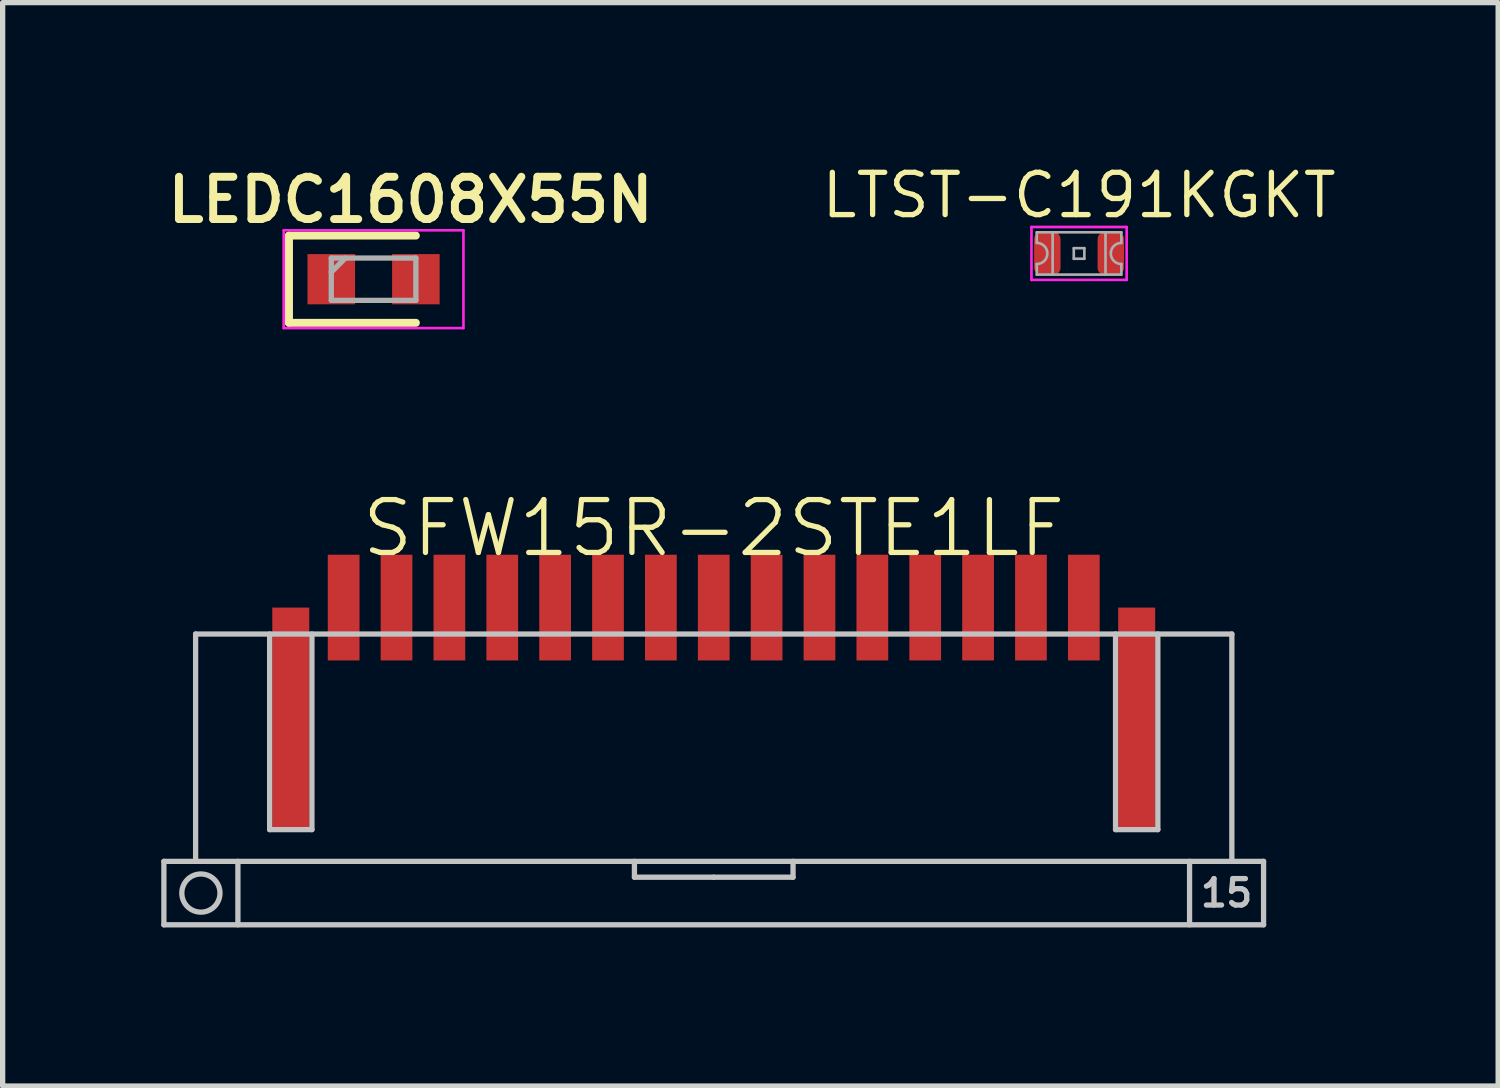
<source format=kicad_pcb>
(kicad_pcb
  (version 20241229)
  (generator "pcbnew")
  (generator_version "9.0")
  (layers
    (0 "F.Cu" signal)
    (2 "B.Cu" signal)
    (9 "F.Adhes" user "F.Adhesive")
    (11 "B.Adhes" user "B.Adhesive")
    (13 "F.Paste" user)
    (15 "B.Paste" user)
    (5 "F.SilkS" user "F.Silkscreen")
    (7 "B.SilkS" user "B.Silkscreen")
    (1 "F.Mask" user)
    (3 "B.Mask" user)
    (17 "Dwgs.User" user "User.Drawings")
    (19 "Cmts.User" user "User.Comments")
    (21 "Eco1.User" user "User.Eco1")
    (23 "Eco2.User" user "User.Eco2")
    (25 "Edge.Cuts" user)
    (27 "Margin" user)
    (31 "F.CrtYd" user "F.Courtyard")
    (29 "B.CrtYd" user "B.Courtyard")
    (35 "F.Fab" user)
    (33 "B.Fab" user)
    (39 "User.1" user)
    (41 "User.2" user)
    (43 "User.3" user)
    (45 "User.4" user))
  (footprint "LTST-C191KGKT"
    (layer "F.Cu")
    (at 17.36 1.744)
    (property "Reference" "LTST-C191KGKT" (at 0 -1.1 0) (unlocked yes) (layer "F.SilkS") (effects (font (size 0.8 0.8) (thickness 0.1))))
    (attr smd)
    (fp_line (start -0.9 -0.5) (end 0.9 -0.5) (stroke (width 0.05) (type default)) (layer "F.CrtYd"))
    (fp_line (start -0.9 0.5) (end -0.9 -0.5) (stroke (width 0.05) (type default)) (layer "F.CrtYd"))
    (fp_line (start 0.9 -0.5) (end 0.9 0.5) (stroke (width 0.05) (type default)) (layer "F.CrtYd"))
    (fp_line (start 0.9 0.5) (end -0.9 0.5) (stroke (width 0.05) (type default)) (layer "F.CrtYd"))
    (fp_line (start -0.8 -0.4) (end 0.8 -0.4) (stroke (width 0.05) (type default)) (layer "F.Fab"))
    (fp_line (start -0.8 -0.2) (end -0.8 -0.4) (stroke (width 0.05) (type default)) (layer "F.Fab"))
    (fp_line (start -0.8 0.4) (end -0.8 0.2) (stroke (width 0.05) (type default)) (layer "F.Fab"))
    (fp_line (start -0.5 -0.4) (end -0.5 0.4) (stroke (width 0.05) (type default)) (layer "F.Fab"))
    (fp_line (start -0.1 -0.1) (end 0.1 -0.1) (stroke (width 0.05) (type default)) (layer "F.Fab"))
    (fp_line (start -0.1 0.1) (end -0.1 -0.1) (stroke (width 0.05) (type default)) (layer "F.Fab"))
    (fp_line (start 0.1 -0.1) (end 0.1 0.1) (stroke (width 0.05) (type default)) (layer "F.Fab"))
    (fp_line (start 0.1 0.1) (end -0.1 0.1) (stroke (width 0.05) (type default)) (layer "F.Fab"))
    (fp_line (start 0.5 -0.4) (end 0.5 0.4) (stroke (width 0.05) (type default)) (layer "F.Fab"))
    (fp_line (start 0.8 -0.4) (end 0.8 -0.2) (stroke (width 0.05) (type default)) (layer "F.Fab"))
    (fp_line (start 0.8 0.2) (end 0.8 0.4) (stroke (width 0.05) (type default)) (layer "F.Fab"))
    (fp_line (start 0.8 0.4) (end -0.8 0.4) (stroke (width 0.05) (type default)) (layer "F.Fab"))
    (fp_arc (start -0.8 -0.2) (mid -0.6 0) (end -0.8 0.2) (stroke (width 0.05) (type default)) (layer "F.Fab"))
    (fp_arc (start 0.8 0.2) (mid 0.6 0) (end 0.8 -0.2) (stroke (width 0.05) (type default)) (layer "F.Fab"))
    (pad "1" smd roundrect (at -0.6 0 90) (size 0.8 0.5) (layers "F.Cu" "F.Mask" "F.Paste") (roundrect_rratio 0.25))
    (pad "2" smd roundrect (at 0.6 0 90) (size 0.8 0.5) (layers "F.Cu" "F.Mask" "F.Paste") (roundrect_rratio 0.25)))
  (footprint "LEDC1608X55N"
    (layer "F.Cu")
    (at 4.016 2.231)
    (property "Reference" "LEDC1608X55N" (at 0.7 -1.5 0) (layer "F.SilkS") (effects (font (size 0.8 0.8) (thickness 0.15) (bold yes))))
    (attr smd)
    (fp_line (start -1.6 -0.825) (end -1.6 0.825) (stroke (width 0.15) (type solid)) (layer "F.SilkS"))
    (fp_line (start -1.6 0.825) (end 0.8 0.825) (stroke (width 0.15) (type solid)) (layer "F.SilkS"))
    (fp_line (start 0.8 -0.825) (end -1.6 -0.825) (stroke (width 0.15) (type solid)) (layer "F.SilkS"))
    (fp_line (start -1.7 -0.925) (end 1.7 -0.925) (stroke (width 0.05) (type solid)) (layer "F.CrtYd"))
    (fp_line (start -1.7 0.925) (end -1.7 -0.925) (stroke (width 0.05) (type solid)) (layer "F.CrtYd"))
    (fp_line (start 1.7 -0.925) (end 1.7 0.925) (stroke (width 0.05) (type solid)) (layer "F.CrtYd"))
    (fp_line (start 1.7 0.925) (end -1.7 0.925) (stroke (width 0.05) (type solid)) (layer "F.CrtYd"))
    (fp_line (start -0.8 -0.4) (end 0.8 -0.4) (stroke (width 0.1) (type solid)) (layer "F.Fab"))
    (fp_line (start -0.8 -0.133) (end -0.533 -0.4) (stroke (width 0.1) (type solid)) (layer "F.Fab"))
    (fp_line (start -0.8 0.4) (end -0.8 -0.4) (stroke (width 0.1) (type solid)) (layer "F.Fab"))
    (fp_line (start 0.8 -0.4) (end 0.8 0.4) (stroke (width 0.1) (type solid)) (layer "F.Fab"))
    (fp_line (start 0.8 0.4) (end -0.8 0.4) (stroke (width 0.1) (type solid)) (layer "F.Fab"))
    (pad "1" smd rect (at -0.8 0) (size 0.9 0.95) (layers "F.Cu" "F.Mask" "F.Paste"))
    (pad "2" smd rect (at 0.8 0) (size 0.9 0.95) (layers "F.Cu" "F.Mask" "F.Paste")))
  (footprint "SFW15R-2STE1LF"
    (layer "F.Cu")
    (at 10.45 8.942)
    (property "Reference" "SFW15R-2STE1LF" (at 0 -2 0) (unlocked yes) (layer "F.SilkS") (effects (font (size 1 1) (thickness 0.1))))
    (attr smd)
    (fp_line (start -10.4 4.3) (end 10.4 4.3) (stroke (width 0.1) (type default)) (layer "Dwgs.User"))
    (fp_line (start -10.4 5.5) (end -10.4 4.3) (stroke (width 0.1) (type default)) (layer "Dwgs.User"))
    (fp_line (start -9.8 0) (end -9.8 4.3) (stroke (width 0.1) (type default)) (layer "Dwgs.User"))
    (fp_line (start -9.8 0) (end 9.8 0) (stroke (width 0.1) (type default)) (layer "Dwgs.User"))
    (fp_line (start -9 4.3) (end -9 5.5) (stroke (width 0.1) (type default)) (layer "Dwgs.User"))
    (fp_line (start -8.4 3.7) (end -8.4 0) (stroke (width 0.1) (type default)) (layer "Dwgs.User"))
    (fp_line (start -7.6 0) (end -7.6 3.7) (stroke (width 0.1) (type default)) (layer "Dwgs.User"))
    (fp_line (start -7.6 3.7) (end -8.4 3.7) (stroke (width 0.1) (type default)) (layer "Dwgs.User"))
    (fp_line (start -1.5 4.6) (end -1.5 4.3) (stroke (width 0.1) (type default)) (layer "Dwgs.User"))
    (fp_line (start 0 4.6) (end -1.5 4.6) (stroke (width 0.1) (type default)) (layer "Dwgs.User"))
    (fp_line (start 0 4.6) (end 1.5 4.6) (stroke (width 0.1) (type default)) (layer "Dwgs.User"))
    (fp_line (start 1.5 4.6) (end 1.5 4.3) (stroke (width 0.1) (type default)) (layer "Dwgs.User"))
    (fp_line (start 7.6 0) (end 7.6 3.7) (stroke (width 0.1) (type default)) (layer "Dwgs.User"))
    (fp_line (start 7.6 3.7) (end 8.4 3.7) (stroke (width 0.1) (type default)) (layer "Dwgs.User"))
    (fp_line (start 8.4 3.7) (end 8.4 0) (stroke (width 0.1) (type default)) (layer "Dwgs.User"))
    (fp_line (start 9 4.3) (end 9 5.5) (stroke (width 0.1) (type default)) (layer "Dwgs.User"))
    (fp_line (start 9.8 4.3) (end 9.8 0) (stroke (width 0.1) (type default)) (layer "Dwgs.User"))
    (fp_line (start 10.4 4.3) (end 10.4 5.5) (stroke (width 0.1) (type default)) (layer "Dwgs.User"))
    (fp_line (start 10.4 5.5) (end -10.4 5.5) (stroke (width 0.1) (type default)) (layer "Dwgs.User"))
    (fp_circle (center -9.7 4.9) (end -9.339 4.9) (stroke (width 0.1) (type solid)) (fill no) (layer "Dwgs.User"))
    (fp_text user "15" (at 9.7 4.9 0) (unlocked yes) (layer "Dwgs.User") (effects (font (size 0.5 0.5) (thickness 0.1) (bold yes))))
    (pad "1" smd rect (at -7 -0.5 90) (size 2 0.6) (layers "F.Cu" "F.Mask" "F.Paste"))
    (pad "2" smd rect (at -6 -0.5 90) (size 2 0.6) (layers "F.Cu" "F.Mask" "F.Paste"))
    (pad "3" smd rect (at -5 -0.5 90) (size 2 0.6) (layers "F.Cu" "F.Mask" "F.Paste"))
    (pad "4" smd rect (at -4 -0.5 90) (size 2 0.6) (layers "F.Cu" "F.Mask" "F.Paste"))
    (pad "5" smd rect (at -3 -0.5 90) (size 2 0.6) (layers "F.Cu" "F.Mask" "F.Paste"))
    (pad "6" smd rect (at -2 -0.5 90) (size 2 0.6) (layers "F.Cu" "F.Mask" "F.Paste"))
    (pad "7" smd rect (at -1 -0.5 90) (size 2 0.6) (layers "F.Cu" "F.Mask" "F.Paste"))
    (pad "8" smd rect (at 0 -0.5 90) (size 2 0.6) (layers "F.Cu" "F.Mask" "F.Paste"))
    (pad "9" smd rect (at 1 -0.5 90) (size 2 0.6) (layers "F.Cu" "F.Mask" "F.Paste"))
    (pad "10" smd rect (at 2 -0.5 90) (size 2 0.6) (layers "F.Cu" "F.Mask" "F.Paste"))
    (pad "11" smd rect (at 3 -0.5 90) (size 2 0.6) (layers "F.Cu" "F.Mask" "F.Paste"))
    (pad "12" smd rect (at 4 -0.5 90) (size 2 0.6) (layers "F.Cu" "F.Mask" "F.Paste"))
    (pad "13" smd rect (at 5 -0.5 90) (size 2 0.6) (layers "F.Cu" "F.Mask" "F.Paste"))
    (pad "14" smd rect (at 6 -0.5 90) (size 2 0.6) (layers "F.Cu" "F.Mask" "F.Paste"))
    (pad "15" smd rect (at 7 -0.5 90) (size 2 0.6) (layers "F.Cu" "F.Mask" "F.Paste"))
    (pad "EP" smd rect (at -8 1.6 90) (size 4.2 0.7) (layers "F.Cu" "F.Mask" "F.Paste"))
    (pad "EP" smd rect (at 8 1.6 90) (size 4.2 0.7) (layers "F.Cu" "F.Mask" "F.Paste")))
  (gr_rect
    (start -3 -3)
    (end 25.287 17.492)
    (stroke (width 0.1) (type default))
    (fill no)
    (layer "Edge.Cuts")))
</source>
